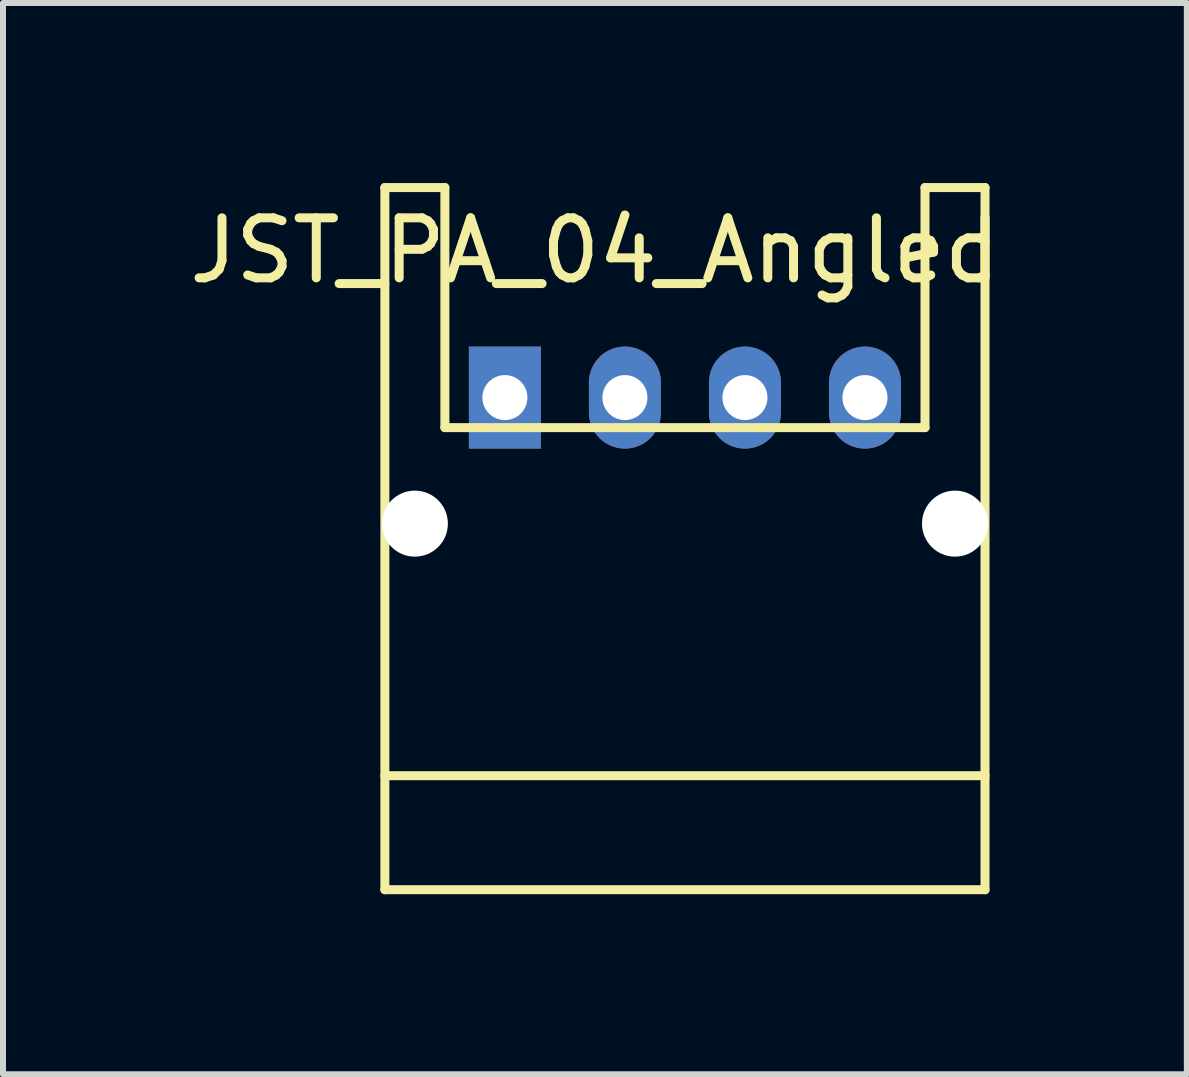
<source format=kicad_pcb>
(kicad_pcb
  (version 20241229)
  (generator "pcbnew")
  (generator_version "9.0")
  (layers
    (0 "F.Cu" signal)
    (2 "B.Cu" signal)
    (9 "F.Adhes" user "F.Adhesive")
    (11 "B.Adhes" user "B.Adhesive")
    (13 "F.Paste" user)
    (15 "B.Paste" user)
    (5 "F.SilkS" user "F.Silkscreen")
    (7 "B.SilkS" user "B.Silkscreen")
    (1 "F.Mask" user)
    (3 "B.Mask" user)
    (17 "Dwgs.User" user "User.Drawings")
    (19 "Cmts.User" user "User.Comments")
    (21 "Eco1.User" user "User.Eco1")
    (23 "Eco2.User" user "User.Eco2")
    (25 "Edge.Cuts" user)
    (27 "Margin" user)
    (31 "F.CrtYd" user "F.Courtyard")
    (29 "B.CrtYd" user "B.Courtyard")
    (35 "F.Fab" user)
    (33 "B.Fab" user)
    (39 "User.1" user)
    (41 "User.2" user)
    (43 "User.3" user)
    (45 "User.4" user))
  (footprint "JST_PA_04_Angled"
    (layer "F.Cu")
    (at 5.363 3.575)
    (property "Reference" "JST_PA_04_Angled" (at 1.5 -2.45 0) (layer "F.SilkS") (effects (font (size 1 1) (thickness 0.15))))
    (attr through_hole)
    (fp_line (start -2 -3.5) (end -2 8.2) (stroke (width 0.15) (type solid)) (layer "F.SilkS"))
    (fp_line (start -2 -3.5) (end -1 -3.5) (stroke (width 0.15) (type solid)) (layer "F.SilkS"))
    (fp_line (start -2 6.3) (end 8 6.3) (stroke (width 0.15) (type solid)) (layer "F.SilkS"))
    (fp_line (start -2 8.2) (end 8 8.2) (stroke (width 0.15) (type solid)) (layer "F.SilkS"))
    (fp_line (start -1 -3.5) (end -1 0.5) (stroke (width 0.15) (type solid)) (layer "F.SilkS"))
    (fp_line (start -1 0.5) (end 7 0.5) (stroke (width 0.15) (type solid)) (layer "F.SilkS"))
    (fp_line (start 7 -3.5) (end 7 0.5) (stroke (width 0.15) (type solid)) (layer "F.SilkS"))
    (fp_line (start 7 -3.5) (end 8 -3.5) (stroke (width 0.15) (type solid)) (layer "F.SilkS"))
    (fp_line (start 8 -3.5) (end 8 8.2) (stroke (width 0.15) (type solid)) (layer "F.SilkS"))
    (pad "" np_thru_hole circle (at -1.5 2.1) (size 1.1 1.1) (drill 1.1) (layers "*.Cu"))
    (pad "" np_thru_hole circle (at 7.5 2.1) (size 1.1 1.1) (drill 1.1) (layers "*.Cu"))
    (pad "1" thru_hole rect (at 0 0) (size 1.2 1.7) (drill 0.75) (layers "*.Cu" "*.Mask"))
    (pad "2" thru_hole oval (at 2 0) (size 1.2 1.7) (drill 0.75) (layers "*.Cu" "*.Mask"))
    (pad "3" thru_hole oval (at 4 0) (size 1.2 1.7) (drill 0.75) (layers "*.Cu" "*.Mask"))
    (pad "4" thru_hole oval (at 6 0) (size 1.2 1.7) (drill 0.75) (layers "*.Cu" "*.Mask")))
  (gr_rect
    (start -3 -3)
    (end 16.726 14.85)
    (stroke (width 0.1) (type default))
    (fill no)
    (layer "Edge.Cuts")))
</source>
